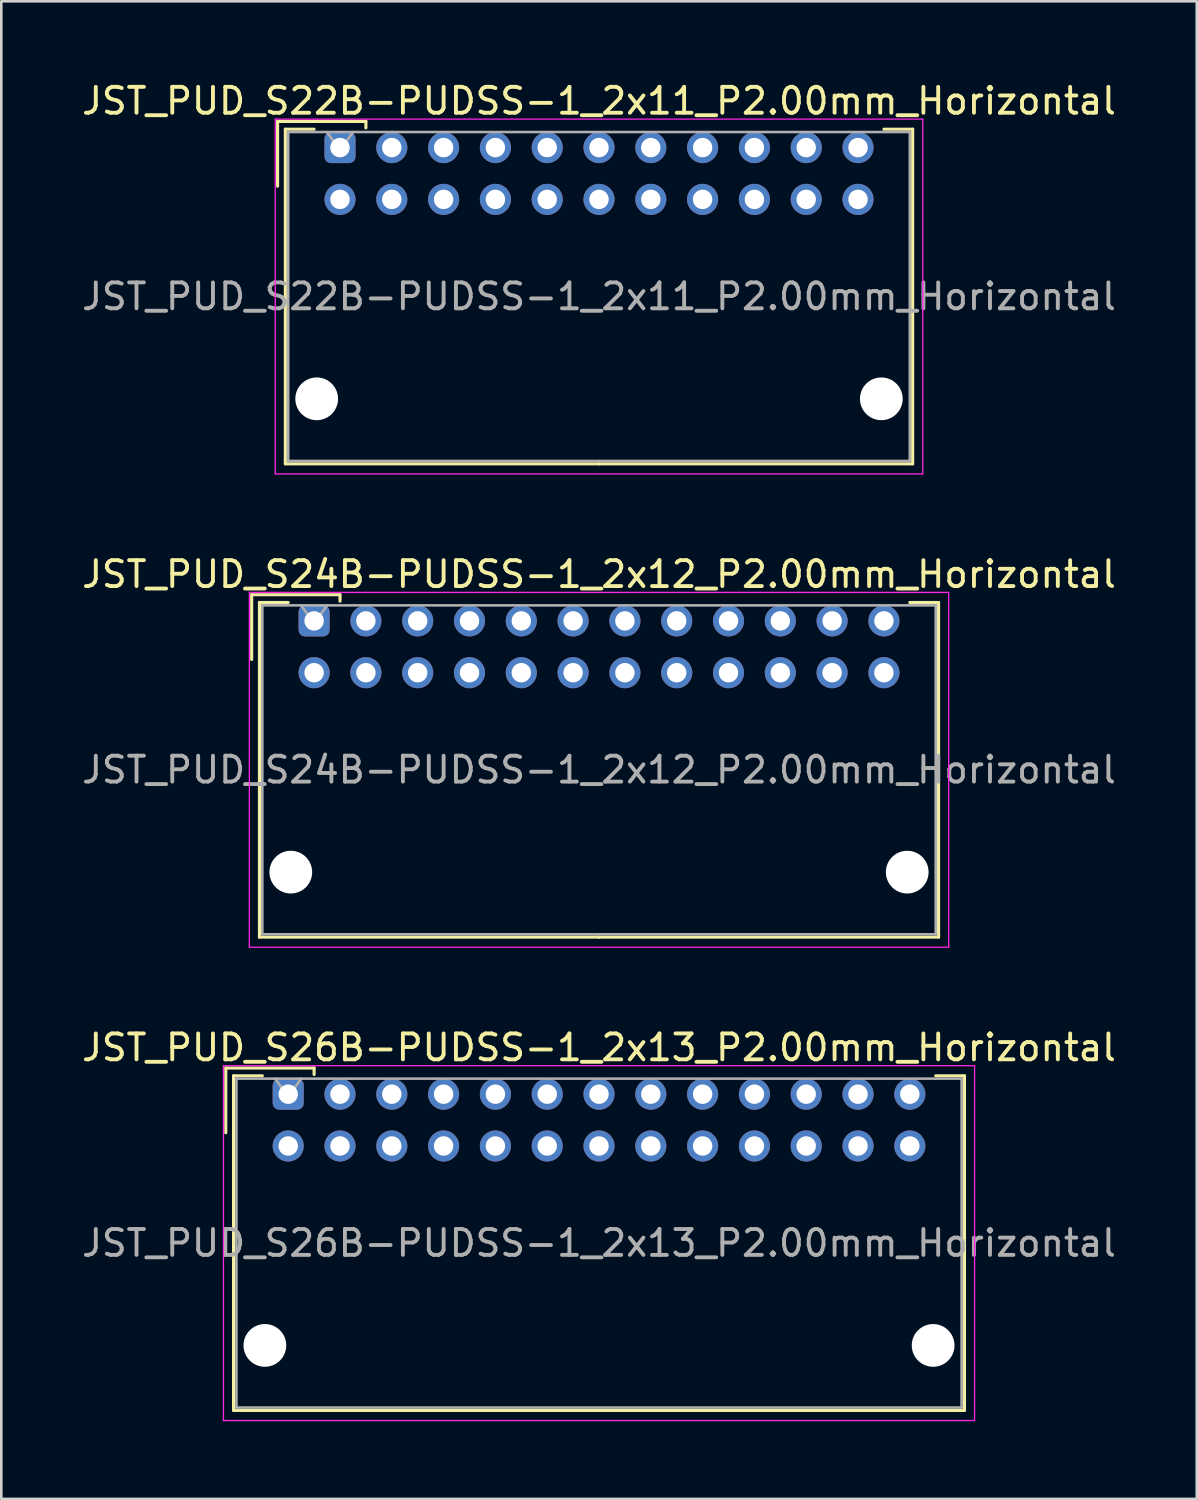
<source format=kicad_pcb>
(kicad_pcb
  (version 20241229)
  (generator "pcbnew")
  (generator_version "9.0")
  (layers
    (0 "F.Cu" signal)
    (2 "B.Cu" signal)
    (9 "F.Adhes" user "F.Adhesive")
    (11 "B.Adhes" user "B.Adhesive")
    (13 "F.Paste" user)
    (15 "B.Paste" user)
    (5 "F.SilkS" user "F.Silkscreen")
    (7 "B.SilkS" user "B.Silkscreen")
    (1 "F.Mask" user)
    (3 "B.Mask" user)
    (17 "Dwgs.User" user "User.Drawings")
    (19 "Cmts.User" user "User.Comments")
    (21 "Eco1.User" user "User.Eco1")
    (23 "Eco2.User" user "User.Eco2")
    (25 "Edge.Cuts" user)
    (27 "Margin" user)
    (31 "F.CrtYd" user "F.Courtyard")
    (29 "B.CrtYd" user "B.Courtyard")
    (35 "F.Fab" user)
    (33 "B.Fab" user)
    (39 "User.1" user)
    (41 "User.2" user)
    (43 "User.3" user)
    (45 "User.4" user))
  (footprint "JST_PUD_S26B-PUDSS-1_2x13_P2.00mm_Horizontal"
    (layer "F.Cu")
    (at 8.077 39.195)
    (property "Reference" "JST_PUD_S26B-PUDSS-1_2x13_P2.00mm_Horizontal" (at 12 -1.8 0) (layer "F.SilkS") (effects (font (size 1 1) (thickness 0.15))))
    (attr through_hole)
    (fp_line (start -2.41 -1.01) (end -2.41 1.49) (stroke (width 0.12) (type solid)) (layer "F.SilkS"))
    (fp_line (start -2.11 -0.71) (end -2.11 12.21) (stroke (width 0.12) (type solid)) (layer "F.SilkS"))
    (fp_line (start -2.11 12.21) (end 12 12.21) (stroke (width 0.12) (type solid)) (layer "F.SilkS"))
    (fp_line (start -1 -0.71) (end -2.11 -0.71) (stroke (width 0.12) (type solid)) (layer "F.SilkS"))
    (fp_line (start 1 -1.01) (end -2.41 -1.01) (stroke (width 0.12) (type solid)) (layer "F.SilkS"))
    (fp_line (start 1 -0.76) (end 1 -1.01) (stroke (width 0.12) (type solid)) (layer "F.SilkS"))
    (fp_line (start 25 -0.71) (end 26.11 -0.71) (stroke (width 0.12) (type solid)) (layer "F.SilkS"))
    (fp_line (start 26.11 -0.71) (end 26.11 12.21) (stroke (width 0.12) (type solid)) (layer "F.SilkS"))
    (fp_line (start 26.11 12.21) (end 12 12.21) (stroke (width 0.12) (type solid)) (layer "F.SilkS"))
    (fp_line (start -2.5 -1.1) (end -2.5 12.6) (stroke (width 0.05) (type solid)) (layer "F.CrtYd"))
    (fp_line (start -2.5 12.6) (end 26.5 12.6) (stroke (width 0.05) (type solid)) (layer "F.CrtYd"))
    (fp_line (start 26.5 -1.1) (end -2.5 -1.1) (stroke (width 0.05) (type solid)) (layer "F.CrtYd"))
    (fp_line (start 26.5 12.6) (end 26.5 -1.1) (stroke (width 0.05) (type solid)) (layer "F.CrtYd"))
    (fp_line (start -2 -0.6) (end -2 12.1) (stroke (width 0.1) (type solid)) (layer "F.Fab"))
    (fp_line (start -2 12.1) (end 26 12.1) (stroke (width 0.1) (type solid)) (layer "F.Fab"))
    (fp_line (start 0 0.107) (end -0.5 -0.6) (stroke (width 0.1) (type solid)) (layer "F.Fab"))
    (fp_line (start 0.5 -0.6) (end 0 0.107) (stroke (width 0.1) (type solid)) (layer "F.Fab"))
    (fp_line (start 26 -0.6) (end -2 -0.6) (stroke (width 0.1) (type solid)) (layer "F.Fab"))
    (fp_line (start 26 12.1) (end 26 -0.6) (stroke (width 0.1) (type solid)) (layer "F.Fab"))
    (fp_text user "${REFERENCE}" (at 12 5.75 0) (layer "F.Fab") (effects (font (size 1 1) (thickness 0.15))))
    (pad "" np_thru_hole circle (at -0.9 9.7) (size 1.65 1.65) (drill 1.65) (layers "*.Cu" "*.Mask"))
    (pad "" np_thru_hole circle (at 24.9 9.7) (size 1.65 1.65) (drill 1.65) (layers "*.Cu" "*.Mask"))
    (pad "1" thru_hole roundrect (at 0 0) (size 1.2 1.2) (drill 0.75) (layers "*.Cu" "*.Mask") (roundrect_rratio 0.208))
    (pad "2" thru_hole circle (at 0 2) (size 1.2 1.2) (drill 0.75) (layers "*.Cu" "*.Mask"))
    (pad "3" thru_hole circle (at 2 0) (size 1.2 1.2) (drill 0.75) (layers "*.Cu" "*.Mask"))
    (pad "4" thru_hole circle (at 2 2) (size 1.2 1.2) (drill 0.75) (layers "*.Cu" "*.Mask"))
    (pad "5" thru_hole circle (at 4 0) (size 1.2 1.2) (drill 0.75) (layers "*.Cu" "*.Mask"))
    (pad "6" thru_hole circle (at 4 2) (size 1.2 1.2) (drill 0.75) (layers "*.Cu" "*.Mask"))
    (pad "7" thru_hole circle (at 6 0) (size 1.2 1.2) (drill 0.75) (layers "*.Cu" "*.Mask"))
    (pad "8" thru_hole circle (at 6 2) (size 1.2 1.2) (drill 0.75) (layers "*.Cu" "*.Mask"))
    (pad "9" thru_hole circle (at 8 0) (size 1.2 1.2) (drill 0.75) (layers "*.Cu" "*.Mask"))
    (pad "10" thru_hole circle (at 8 2) (size 1.2 1.2) (drill 0.75) (layers "*.Cu" "*.Mask"))
    (pad "11" thru_hole circle (at 10 0) (size 1.2 1.2) (drill 0.75) (layers "*.Cu" "*.Mask"))
    (pad "12" thru_hole circle (at 10 2) (size 1.2 1.2) (drill 0.75) (layers "*.Cu" "*.Mask"))
    (pad "13" thru_hole circle (at 12 0) (size 1.2 1.2) (drill 0.75) (layers "*.Cu" "*.Mask"))
    (pad "14" thru_hole circle (at 12 2) (size 1.2 1.2) (drill 0.75) (layers "*.Cu" "*.Mask"))
    (pad "15" thru_hole circle (at 14 0) (size 1.2 1.2) (drill 0.75) (layers "*.Cu" "*.Mask"))
    (pad "16" thru_hole circle (at 14 2) (size 1.2 1.2) (drill 0.75) (layers "*.Cu" "*.Mask"))
    (pad "17" thru_hole circle (at 16 0) (size 1.2 1.2) (drill 0.75) (layers "*.Cu" "*.Mask"))
    (pad "18" thru_hole circle (at 16 2) (size 1.2 1.2) (drill 0.75) (layers "*.Cu" "*.Mask"))
    (pad "19" thru_hole circle (at 18 0) (size 1.2 1.2) (drill 0.75) (layers "*.Cu" "*.Mask"))
    (pad "20" thru_hole circle (at 18 2) (size 1.2 1.2) (drill 0.75) (layers "*.Cu" "*.Mask"))
    (pad "21" thru_hole circle (at 20 0) (size 1.2 1.2) (drill 0.75) (layers "*.Cu" "*.Mask"))
    (pad "22" thru_hole circle (at 20 2) (size 1.2 1.2) (drill 0.75) (layers "*.Cu" "*.Mask"))
    (pad "23" thru_hole circle (at 22 0) (size 1.2 1.2) (drill 0.75) (layers "*.Cu" "*.Mask"))
    (pad "24" thru_hole circle (at 22 2) (size 1.2 1.2) (drill 0.75) (layers "*.Cu" "*.Mask"))
    (pad "25" thru_hole circle (at 24 0) (size 1.2 1.2) (drill 0.75) (layers "*.Cu" "*.Mask"))
    (pad "26" thru_hole circle (at 24 2) (size 1.2 1.2) (drill 0.75) (layers "*.Cu" "*.Mask")))
  (footprint "JST_PUD_S24B-PUDSS-1_2x12_P2.00mm_Horizontal"
    (layer "F.Cu")
    (at 9.077 20.922)
    (property "Reference" "JST_PUD_S24B-PUDSS-1_2x12_P2.00mm_Horizontal" (at 11 -1.8 0) (layer "F.SilkS") (effects (font (size 1 1) (thickness 0.15))))
    (attr through_hole)
    (fp_line (start -2.41 -1.01) (end -2.41 1.49) (stroke (width 0.12) (type solid)) (layer "F.SilkS"))
    (fp_line (start -2.11 -0.71) (end -2.11 12.21) (stroke (width 0.12) (type solid)) (layer "F.SilkS"))
    (fp_line (start -2.11 12.21) (end 11 12.21) (stroke (width 0.12) (type solid)) (layer "F.SilkS"))
    (fp_line (start -1 -0.71) (end -2.11 -0.71) (stroke (width 0.12) (type solid)) (layer "F.SilkS"))
    (fp_line (start 1 -1.01) (end -2.41 -1.01) (stroke (width 0.12) (type solid)) (layer "F.SilkS"))
    (fp_line (start 1 -0.76) (end 1 -1.01) (stroke (width 0.12) (type solid)) (layer "F.SilkS"))
    (fp_line (start 23 -0.71) (end 24.11 -0.71) (stroke (width 0.12) (type solid)) (layer "F.SilkS"))
    (fp_line (start 24.11 -0.71) (end 24.11 12.21) (stroke (width 0.12) (type solid)) (layer "F.SilkS"))
    (fp_line (start 24.11 12.21) (end 11 12.21) (stroke (width 0.12) (type solid)) (layer "F.SilkS"))
    (fp_line (start -2.5 -1.1) (end -2.5 12.6) (stroke (width 0.05) (type solid)) (layer "F.CrtYd"))
    (fp_line (start -2.5 12.6) (end 24.5 12.6) (stroke (width 0.05) (type solid)) (layer "F.CrtYd"))
    (fp_line (start 24.5 -1.1) (end -2.5 -1.1) (stroke (width 0.05) (type solid)) (layer "F.CrtYd"))
    (fp_line (start 24.5 12.6) (end 24.5 -1.1) (stroke (width 0.05) (type solid)) (layer "F.CrtYd"))
    (fp_line (start -2 -0.6) (end -2 12.1) (stroke (width 0.1) (type solid)) (layer "F.Fab"))
    (fp_line (start -2 12.1) (end 24 12.1) (stroke (width 0.1) (type solid)) (layer "F.Fab"))
    (fp_line (start 0 0.107) (end -0.5 -0.6) (stroke (width 0.1) (type solid)) (layer "F.Fab"))
    (fp_line (start 0.5 -0.6) (end 0 0.107) (stroke (width 0.1) (type solid)) (layer "F.Fab"))
    (fp_line (start 24 -0.6) (end -2 -0.6) (stroke (width 0.1) (type solid)) (layer "F.Fab"))
    (fp_line (start 24 12.1) (end 24 -0.6) (stroke (width 0.1) (type solid)) (layer "F.Fab"))
    (fp_text user "${REFERENCE}" (at 11 5.75 0) (layer "F.Fab") (effects (font (size 1 1) (thickness 0.15))))
    (pad "" np_thru_hole circle (at -0.9 9.7) (size 1.65 1.65) (drill 1.65) (layers "*.Cu" "*.Mask"))
    (pad "" np_thru_hole circle (at 22.9 9.7) (size 1.65 1.65) (drill 1.65) (layers "*.Cu" "*.Mask"))
    (pad "1" thru_hole roundrect (at 0 0) (size 1.2 1.2) (drill 0.75) (layers "*.Cu" "*.Mask") (roundrect_rratio 0.208))
    (pad "2" thru_hole circle (at 0 2) (size 1.2 1.2) (drill 0.75) (layers "*.Cu" "*.Mask"))
    (pad "3" thru_hole circle (at 2 0) (size 1.2 1.2) (drill 0.75) (layers "*.Cu" "*.Mask"))
    (pad "4" thru_hole circle (at 2 2) (size 1.2 1.2) (drill 0.75) (layers "*.Cu" "*.Mask"))
    (pad "5" thru_hole circle (at 4 0) (size 1.2 1.2) (drill 0.75) (layers "*.Cu" "*.Mask"))
    (pad "6" thru_hole circle (at 4 2) (size 1.2 1.2) (drill 0.75) (layers "*.Cu" "*.Mask"))
    (pad "7" thru_hole circle (at 6 0) (size 1.2 1.2) (drill 0.75) (layers "*.Cu" "*.Mask"))
    (pad "8" thru_hole circle (at 6 2) (size 1.2 1.2) (drill 0.75) (layers "*.Cu" "*.Mask"))
    (pad "9" thru_hole circle (at 8 0) (size 1.2 1.2) (drill 0.75) (layers "*.Cu" "*.Mask"))
    (pad "10" thru_hole circle (at 8 2) (size 1.2 1.2) (drill 0.75) (layers "*.Cu" "*.Mask"))
    (pad "11" thru_hole circle (at 10 0) (size 1.2 1.2) (drill 0.75) (layers "*.Cu" "*.Mask"))
    (pad "12" thru_hole circle (at 10 2) (size 1.2 1.2) (drill 0.75) (layers "*.Cu" "*.Mask"))
    (pad "13" thru_hole circle (at 12 0) (size 1.2 1.2) (drill 0.75) (layers "*.Cu" "*.Mask"))
    (pad "14" thru_hole circle (at 12 2) (size 1.2 1.2) (drill 0.75) (layers "*.Cu" "*.Mask"))
    (pad "15" thru_hole circle (at 14 0) (size 1.2 1.2) (drill 0.75) (layers "*.Cu" "*.Mask"))
    (pad "16" thru_hole circle (at 14 2) (size 1.2 1.2) (drill 0.75) (layers "*.Cu" "*.Mask"))
    (pad "17" thru_hole circle (at 16 0) (size 1.2 1.2) (drill 0.75) (layers "*.Cu" "*.Mask"))
    (pad "18" thru_hole circle (at 16 2) (size 1.2 1.2) (drill 0.75) (layers "*.Cu" "*.Mask"))
    (pad "19" thru_hole circle (at 18 0) (size 1.2 1.2) (drill 0.75) (layers "*.Cu" "*.Mask"))
    (pad "20" thru_hole circle (at 18 2) (size 1.2 1.2) (drill 0.75) (layers "*.Cu" "*.Mask"))
    (pad "21" thru_hole circle (at 20 0) (size 1.2 1.2) (drill 0.75) (layers "*.Cu" "*.Mask"))
    (pad "22" thru_hole circle (at 20 2) (size 1.2 1.2) (drill 0.75) (layers "*.Cu" "*.Mask"))
    (pad "23" thru_hole circle (at 22 0) (size 1.2 1.2) (drill 0.75) (layers "*.Cu" "*.Mask"))
    (pad "24" thru_hole circle (at 22 2) (size 1.2 1.2) (drill 0.75) (layers "*.Cu" "*.Mask")))
  (footprint "JST_PUD_S22B-PUDSS-1_2x11_P2.00mm_Horizontal"
    (layer "F.Cu")
    (at 10.077 2.648)
    (property "Reference" "JST_PUD_S22B-PUDSS-1_2x11_P2.00mm_Horizontal" (at 10 -1.8 0) (layer "F.SilkS") (effects (font (size 1 1) (thickness 0.15))))
    (attr through_hole)
    (fp_line (start -2.41 -1.01) (end -2.41 1.49) (stroke (width 0.12) (type solid)) (layer "F.SilkS"))
    (fp_line (start -2.11 -0.71) (end -2.11 12.21) (stroke (width 0.12) (type solid)) (layer "F.SilkS"))
    (fp_line (start -2.11 12.21) (end 10 12.21) (stroke (width 0.12) (type solid)) (layer "F.SilkS"))
    (fp_line (start -1 -0.71) (end -2.11 -0.71) (stroke (width 0.12) (type solid)) (layer "F.SilkS"))
    (fp_line (start 1 -1.01) (end -2.41 -1.01) (stroke (width 0.12) (type solid)) (layer "F.SilkS"))
    (fp_line (start 1 -0.76) (end 1 -1.01) (stroke (width 0.12) (type solid)) (layer "F.SilkS"))
    (fp_line (start 21 -0.71) (end 22.11 -0.71) (stroke (width 0.12) (type solid)) (layer "F.SilkS"))
    (fp_line (start 22.11 -0.71) (end 22.11 12.21) (stroke (width 0.12) (type solid)) (layer "F.SilkS"))
    (fp_line (start 22.11 12.21) (end 10 12.21) (stroke (width 0.12) (type solid)) (layer "F.SilkS"))
    (fp_line (start -2.5 -1.1) (end -2.5 12.6) (stroke (width 0.05) (type solid)) (layer "F.CrtYd"))
    (fp_line (start -2.5 12.6) (end 22.5 12.6) (stroke (width 0.05) (type solid)) (layer "F.CrtYd"))
    (fp_line (start 22.5 -1.1) (end -2.5 -1.1) (stroke (width 0.05) (type solid)) (layer "F.CrtYd"))
    (fp_line (start 22.5 12.6) (end 22.5 -1.1) (stroke (width 0.05) (type solid)) (layer "F.CrtYd"))
    (fp_line (start -2 -0.6) (end -2 12.1) (stroke (width 0.1) (type solid)) (layer "F.Fab"))
    (fp_line (start -2 12.1) (end 22 12.1) (stroke (width 0.1) (type solid)) (layer "F.Fab"))
    (fp_line (start 0 0.107) (end -0.5 -0.6) (stroke (width 0.1) (type solid)) (layer "F.Fab"))
    (fp_line (start 0.5 -0.6) (end 0 0.107) (stroke (width 0.1) (type solid)) (layer "F.Fab"))
    (fp_line (start 22 -0.6) (end -2 -0.6) (stroke (width 0.1) (type solid)) (layer "F.Fab"))
    (fp_line (start 22 12.1) (end 22 -0.6) (stroke (width 0.1) (type solid)) (layer "F.Fab"))
    (fp_text user "${REFERENCE}" (at 10 5.75 0) (layer "F.Fab") (effects (font (size 1 1) (thickness 0.15))))
    (pad "" np_thru_hole circle (at -0.9 9.7) (size 1.65 1.65) (drill 1.65) (layers "*.Cu" "*.Mask"))
    (pad "" np_thru_hole circle (at 20.9 9.7) (size 1.65 1.65) (drill 1.65) (layers "*.Cu" "*.Mask"))
    (pad "1" thru_hole roundrect (at 0 0) (size 1.2 1.2) (drill 0.75) (layers "*.Cu" "*.Mask") (roundrect_rratio 0.208))
    (pad "2" thru_hole circle (at 0 2) (size 1.2 1.2) (drill 0.75) (layers "*.Cu" "*.Mask"))
    (pad "3" thru_hole circle (at 2 0) (size 1.2 1.2) (drill 0.75) (layers "*.Cu" "*.Mask"))
    (pad "4" thru_hole circle (at 2 2) (size 1.2 1.2) (drill 0.75) (layers "*.Cu" "*.Mask"))
    (pad "5" thru_hole circle (at 4 0) (size 1.2 1.2) (drill 0.75) (layers "*.Cu" "*.Mask"))
    (pad "6" thru_hole circle (at 4 2) (size 1.2 1.2) (drill 0.75) (layers "*.Cu" "*.Mask"))
    (pad "7" thru_hole circle (at 6 0) (size 1.2 1.2) (drill 0.75) (layers "*.Cu" "*.Mask"))
    (pad "8" thru_hole circle (at 6 2) (size 1.2 1.2) (drill 0.75) (layers "*.Cu" "*.Mask"))
    (pad "9" thru_hole circle (at 8 0) (size 1.2 1.2) (drill 0.75) (layers "*.Cu" "*.Mask"))
    (pad "10" thru_hole circle (at 8 2) (size 1.2 1.2) (drill 0.75) (layers "*.Cu" "*.Mask"))
    (pad "11" thru_hole circle (at 10 0) (size 1.2 1.2) (drill 0.75) (layers "*.Cu" "*.Mask"))
    (pad "12" thru_hole circle (at 10 2) (size 1.2 1.2) (drill 0.75) (layers "*.Cu" "*.Mask"))
    (pad "13" thru_hole circle (at 12 0) (size 1.2 1.2) (drill 0.75) (layers "*.Cu" "*.Mask"))
    (pad "14" thru_hole circle (at 12 2) (size 1.2 1.2) (drill 0.75) (layers "*.Cu" "*.Mask"))
    (pad "15" thru_hole circle (at 14 0) (size 1.2 1.2) (drill 0.75) (layers "*.Cu" "*.Mask"))
    (pad "16" thru_hole circle (at 14 2) (size 1.2 1.2) (drill 0.75) (layers "*.Cu" "*.Mask"))
    (pad "17" thru_hole circle (at 16 0) (size 1.2 1.2) (drill 0.75) (layers "*.Cu" "*.Mask"))
    (pad "18" thru_hole circle (at 16 2) (size 1.2 1.2) (drill 0.75) (layers "*.Cu" "*.Mask"))
    (pad "19" thru_hole circle (at 18 0) (size 1.2 1.2) (drill 0.75) (layers "*.Cu" "*.Mask"))
    (pad "20" thru_hole circle (at 18 2) (size 1.2 1.2) (drill 0.75) (layers "*.Cu" "*.Mask"))
    (pad "21" thru_hole circle (at 20 0) (size 1.2 1.2) (drill 0.75) (layers "*.Cu" "*.Mask"))
    (pad "22" thru_hole circle (at 20 2) (size 1.2 1.2) (drill 0.75) (layers "*.Cu" "*.Mask")))
  (gr_rect
    (start -3 -3)
    (end 43.155 54.82)
    (stroke (width 0.1) (type default))
    (fill no)
    (layer "Edge.Cuts")))
</source>
